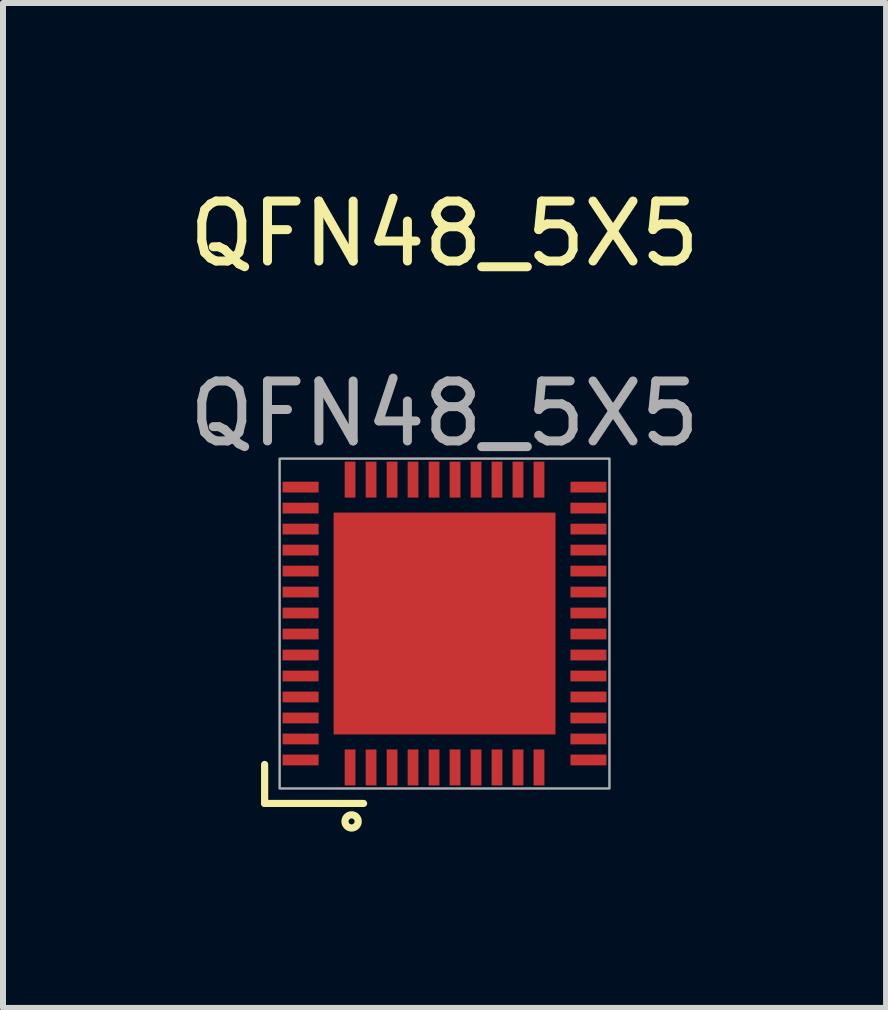
<source format=kicad_pcb>
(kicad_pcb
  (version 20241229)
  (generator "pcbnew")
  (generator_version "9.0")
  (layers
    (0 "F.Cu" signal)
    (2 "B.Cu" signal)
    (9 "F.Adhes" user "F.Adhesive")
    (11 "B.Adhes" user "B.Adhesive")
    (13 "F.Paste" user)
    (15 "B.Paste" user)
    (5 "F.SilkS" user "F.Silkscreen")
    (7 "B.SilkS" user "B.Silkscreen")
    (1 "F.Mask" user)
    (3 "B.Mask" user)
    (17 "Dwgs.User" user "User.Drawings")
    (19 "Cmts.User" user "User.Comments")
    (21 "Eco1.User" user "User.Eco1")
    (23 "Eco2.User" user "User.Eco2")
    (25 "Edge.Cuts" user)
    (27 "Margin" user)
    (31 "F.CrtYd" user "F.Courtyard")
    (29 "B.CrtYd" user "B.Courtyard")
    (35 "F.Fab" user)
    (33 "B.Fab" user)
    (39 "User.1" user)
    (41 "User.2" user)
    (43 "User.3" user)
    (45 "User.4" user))
  (footprint "QFN48_5X5"
    (layer "F.Cu")
    (at 4.363 7.348)
    (property "Reference" "QFN48_5X5" (at 0 -6.5 0) (unlocked yes) (layer "F.SilkS") (effects (font (size 1 1) (thickness 0.15))))
    (attr smd)
    (fp_line (start -3 2.35) (end -3 3) (stroke (width 0.12) (type solid)) (layer "F.SilkS"))
    (fp_line (start -3 3) (end -1.35 3) (stroke (width 0.12) (type solid)) (layer "F.SilkS"))
    (fp_circle (center -1.55 3.3) (end -1.5 3.3) (stroke (width 0.12) (type solid)) (fill no) (layer "F.SilkS"))
    (fp_rect (start -2.75 -2.75) (end 2.75 2.75) (stroke (width 0.04) (type solid)) (fill no) (layer "F.Fab"))
    (fp_text user "${REFERENCE}" (at 0 -3.5 0) (unlocked yes) (layer "F.Fab") (effects (font (size 1 1) (thickness 0.15))))
    (pad "1" smd rect (at -1.575 2.4 90) (size 0.6 0.18) (layers "F.Cu" "F.Mask" "F.Paste"))
    (pad "2" smd rect (at -1.225 2.4 90) (size 0.6 0.18) (layers "F.Cu" "F.Mask" "F.Paste"))
    (pad "3" smd rect (at -0.875 2.4 90) (size 0.6 0.18) (layers "F.Cu" "F.Mask" "F.Paste"))
    (pad "4" smd rect (at -0.525 2.4 90) (size 0.6 0.18) (layers "F.Cu" "F.Mask" "F.Paste"))
    (pad "5" smd rect (at -0.175 2.4 90) (size 0.6 0.18) (layers "F.Cu" "F.Mask" "F.Paste"))
    (pad "6" smd rect (at 0.175 2.4 90) (size 0.6 0.18) (layers "F.Cu" "F.Mask" "F.Paste"))
    (pad "7" smd rect (at 0.525 2.4 90) (size 0.6 0.18) (layers "F.Cu" "F.Mask" "F.Paste"))
    (pad "8" smd rect (at 0.875 2.4 90) (size 0.6 0.18) (layers "F.Cu" "F.Mask" "F.Paste"))
    (pad "9" smd rect (at 1.225 2.4 90) (size 0.6 0.18) (layers "F.Cu" "F.Mask" "F.Paste"))
    (pad "10" smd rect (at 1.575 2.4 90) (size 0.6 0.18) (layers "F.Cu" "F.Mask" "F.Paste"))
    (pad "11" smd rect (at 2.4 2.275 180) (size 0.6 0.18) (layers "F.Cu" "F.Mask" "F.Paste"))
    (pad "12" smd rect (at 2.4 1.925 180) (size 0.6 0.18) (layers "F.Cu" "F.Mask" "F.Paste"))
    (pad "13" smd rect (at 2.4 1.575 180) (size 0.6 0.18) (layers "F.Cu" "F.Mask" "F.Paste"))
    (pad "14" smd rect (at 2.4 1.225 180) (size 0.6 0.18) (layers "F.Cu" "F.Mask" "F.Paste"))
    (pad "15" smd rect (at 2.4 0.875 180) (size 0.6 0.18) (layers "F.Cu" "F.Mask" "F.Paste"))
    (pad "16" smd rect (at 2.4 0.525 180) (size 0.6 0.18) (layers "F.Cu" "F.Mask" "F.Paste"))
    (pad "17" smd rect (at 2.4 0.175 180) (size 0.6 0.18) (layers "F.Cu" "F.Mask" "F.Paste"))
    (pad "18" smd rect (at 2.4 -0.175 180) (size 0.6 0.18) (layers "F.Cu" "F.Mask" "F.Paste"))
    (pad "19" smd rect (at 2.4 -0.525 180) (size 0.6 0.18) (layers "F.Cu" "F.Mask" "F.Paste"))
    (pad "20" smd rect (at 2.4 -0.875 180) (size 0.6 0.18) (layers "F.Cu" "F.Mask" "F.Paste"))
    (pad "21" smd rect (at 2.4 -1.225 180) (size 0.6 0.18) (layers "F.Cu" "F.Mask" "F.Paste"))
    (pad "22" smd rect (at 2.4 -1.575 180) (size 0.6 0.18) (layers "F.Cu" "F.Mask" "F.Paste"))
    (pad "23" smd rect (at 2.4 -1.925 180) (size 0.6 0.18) (layers "F.Cu" "F.Mask" "F.Paste"))
    (pad "24" smd rect (at 2.4 -2.275 180) (size 0.6 0.18) (layers "F.Cu" "F.Mask" "F.Paste"))
    (pad "25" smd rect (at -1.575 -2.4 90) (size 0.6 0.18) (layers "F.Cu" "F.Mask" "F.Paste"))
    (pad "26" smd rect (at -1.225 -2.4 90) (size 0.6 0.18) (layers "F.Cu" "F.Mask" "F.Paste"))
    (pad "27" smd rect (at -0.875 -2.4 90) (size 0.6 0.18) (layers "F.Cu" "F.Mask" "F.Paste"))
    (pad "28" smd rect (at -0.525 -2.4 90) (size 0.6 0.18) (layers "F.Cu" "F.Mask" "F.Paste"))
    (pad "29" smd rect (at -0.175 -2.4 90) (size 0.6 0.18) (layers "F.Cu" "F.Mask" "F.Paste"))
    (pad "30" smd rect (at 0.175 -2.4 90) (size 0.6 0.18) (layers "F.Cu" "F.Mask" "F.Paste"))
    (pad "31" smd rect (at 0.525 -2.4 90) (size 0.6 0.18) (layers "F.Cu" "F.Mask" "F.Paste"))
    (pad "32" smd rect (at 0.875 -2.4 90) (size 0.6 0.18) (layers "F.Cu" "F.Mask" "F.Paste"))
    (pad "33" smd rect (at 1.225 -2.4 90) (size 0.6 0.18) (layers "F.Cu" "F.Mask" "F.Paste"))
    (pad "34" smd rect (at 1.575 -2.4 90) (size 0.6 0.18) (layers "F.Cu" "F.Mask" "F.Paste"))
    (pad "35" smd rect (at -2.4 -2.275) (size 0.6 0.18) (layers "F.Cu" "F.Mask" "F.Paste"))
    (pad "36" smd rect (at -2.4 -1.925) (size 0.6 0.18) (layers "F.Cu" "F.Mask" "F.Paste"))
    (pad "37" smd rect (at -2.4 -1.575) (size 0.6 0.18) (layers "F.Cu" "F.Mask" "F.Paste"))
    (pad "38" smd rect (at -2.4 -1.225) (size 0.6 0.18) (layers "F.Cu" "F.Mask" "F.Paste"))
    (pad "39" smd rect (at -2.4 -0.875) (size 0.6 0.18) (layers "F.Cu" "F.Mask" "F.Paste"))
    (pad "40" smd rect (at -2.4 -0.525) (size 0.6 0.18) (layers "F.Cu" "F.Mask" "F.Paste"))
    (pad "41" smd rect (at -2.4 -0.175) (size 0.6 0.18) (layers "F.Cu" "F.Mask" "F.Paste"))
    (pad "42" smd rect (at -2.4 0.175) (size 0.6 0.18) (layers "F.Cu" "F.Mask" "F.Paste"))
    (pad "43" smd rect (at -2.4 0.525) (size 0.6 0.18) (layers "F.Cu" "F.Mask" "F.Paste"))
    (pad "44" smd rect (at -2.4 0.875) (size 0.6 0.18) (layers "F.Cu" "F.Mask" "F.Paste"))
    (pad "45" smd rect (at -2.4 1.225) (size 0.6 0.18) (layers "F.Cu" "F.Mask" "F.Paste"))
    (pad "46" smd rect (at -2.4 1.575) (size 0.6 0.18) (layers "F.Cu" "F.Mask" "F.Paste"))
    (pad "47" smd rect (at -2.4 1.925) (size 0.6 0.18) (layers "F.Cu" "F.Mask" "F.Paste"))
    (pad "48" smd rect (at -2.4 2.275) (size 0.6 0.18) (layers "F.Cu" "F.Mask" "F.Paste"))
    (pad "49" smd rect (at 0 0 90) (size 3.7 3.7) (layers "F.Cu" "F.Mask" "F.Paste")))
  (gr_rect
    (start -3 -3)
    (end 11.726 13.758)
    (stroke (width 0.1) (type default))
    (fill no)
    (layer "Edge.Cuts")))
</source>
